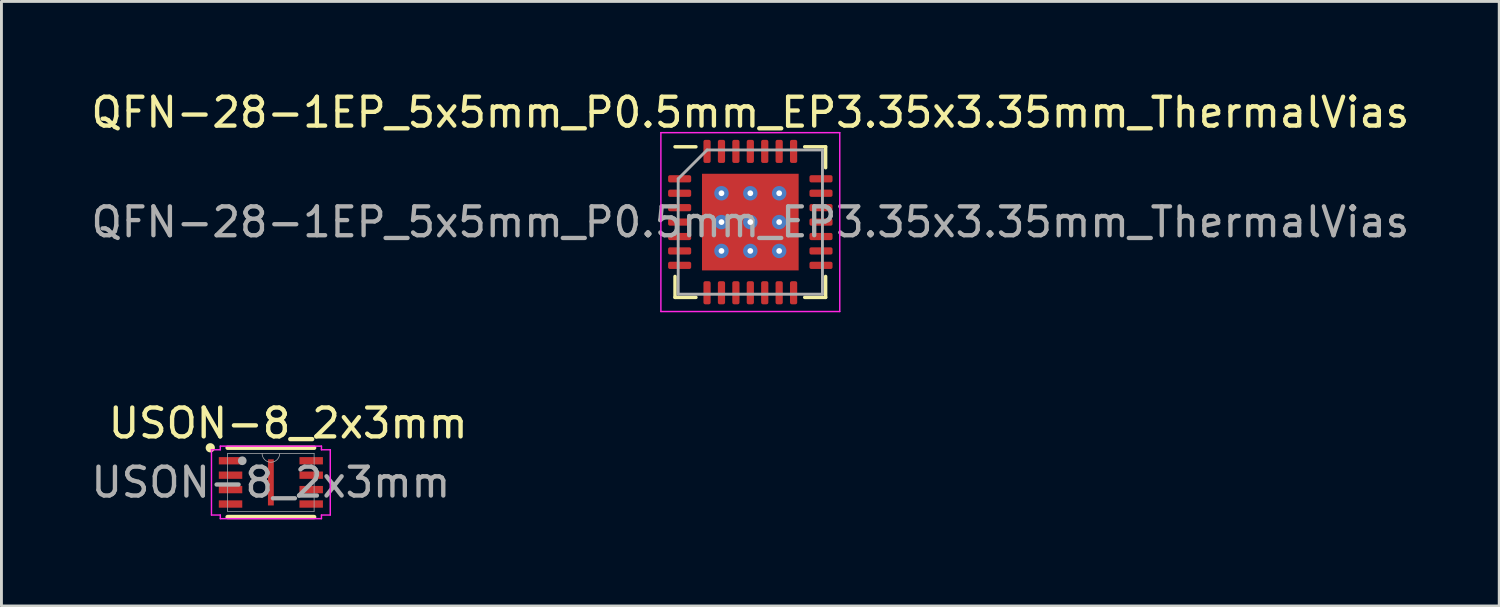
<source format=kicad_pcb>
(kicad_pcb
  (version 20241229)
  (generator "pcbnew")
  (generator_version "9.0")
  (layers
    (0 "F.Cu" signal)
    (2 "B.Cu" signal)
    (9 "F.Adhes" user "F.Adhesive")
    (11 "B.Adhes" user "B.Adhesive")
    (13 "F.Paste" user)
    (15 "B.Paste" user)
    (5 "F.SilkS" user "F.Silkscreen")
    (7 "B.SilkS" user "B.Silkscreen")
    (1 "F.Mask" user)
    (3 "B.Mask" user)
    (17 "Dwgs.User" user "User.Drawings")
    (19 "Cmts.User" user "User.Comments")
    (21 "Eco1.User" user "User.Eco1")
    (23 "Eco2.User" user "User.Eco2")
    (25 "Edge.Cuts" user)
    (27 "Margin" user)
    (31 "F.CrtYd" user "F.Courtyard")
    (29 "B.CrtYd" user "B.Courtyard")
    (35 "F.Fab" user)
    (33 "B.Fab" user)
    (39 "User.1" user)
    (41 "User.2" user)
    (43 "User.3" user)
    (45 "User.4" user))
  (footprint "USON-8_2x3mm"
    (layer "F.Cu")
    (at 6.339 13.671)
    (property "Reference" "USON-8_2x3mm" (at 0.6 -2.05 0) (unlocked yes) (layer "F.SilkS") (effects (font (size 1 1) (thickness 0.15))))
    (attr smd)
    (fp_line (start -1.5 1.2) (end 1.5 1.2) (stroke (width 0.152) (type solid)) (layer "F.SilkS"))
    (fp_line (start 1.5 -1.2) (end -1.5 -1.2) (stroke (width 0.152) (type solid)) (layer "F.SilkS"))
    (fp_circle (center -2.1 -1.2) (end -2 -1.2) (stroke (width 0.12) (type solid)) (fill yes) (layer "F.SilkS"))
    (fp_line (start -2.059 -1.131) (end -1.753 -1.131) (stroke (width 0.05) (type solid)) (layer "F.CrtYd"))
    (fp_line (start -2.059 1.131) (end -2.059 -1.131) (stroke (width 0.05) (type solid)) (layer "F.CrtYd"))
    (fp_line (start -2.059 1.131) (end -1.753 1.131) (stroke (width 0.05) (type solid)) (layer "F.CrtYd"))
    (fp_line (start -1.753 -1.257) (end 1.753 -1.257) (stroke (width 0.05) (type solid)) (layer "F.CrtYd"))
    (fp_line (start -1.753 -1.131) (end -1.753 -1.257) (stroke (width 0.05) (type solid)) (layer "F.CrtYd"))
    (fp_line (start -1.753 1.257) (end -1.753 1.131) (stroke (width 0.05) (type solid)) (layer "F.CrtYd"))
    (fp_line (start 1.753 -1.257) (end 1.753 -1.131) (stroke (width 0.05) (type solid)) (layer "F.CrtYd"))
    (fp_line (start 1.753 1.131) (end 1.753 1.257) (stroke (width 0.05) (type solid)) (layer "F.CrtYd"))
    (fp_line (start 1.753 1.257) (end -1.753 1.257) (stroke (width 0.05) (type solid)) (layer "F.CrtYd"))
    (fp_line (start 2.059 -1.131) (end 1.753 -1.131) (stroke (width 0.05) (type solid)) (layer "F.CrtYd"))
    (fp_line (start 2.059 -1.131) (end 2.059 1.131) (stroke (width 0.05) (type solid)) (layer "F.CrtYd"))
    (fp_line (start 2.059 1.131) (end 1.753 1.131) (stroke (width 0.05) (type solid)) (layer "F.CrtYd"))
    (fp_line (start -1.499 -1.003) (end -1.499 1.003) (stroke (width 0.025) (type solid)) (layer "F.Fab"))
    (fp_line (start -1.499 1.003) (end 1.499 1.003) (stroke (width 0.025) (type solid)) (layer "F.Fab"))
    (fp_line (start 1.499 -1.003) (end -1.499 -1.003) (stroke (width 0.025) (type solid)) (layer "F.Fab"))
    (fp_line (start 1.499 1.003) (end 1.499 -1.003) (stroke (width 0.025) (type solid)) (layer "F.Fab"))
    (fp_arc (start 0.3048 -1.0033) (mid 0 -0.6985) (end -0.3048 -1.0033) (stroke (width 0.0254) (type solid)) (layer "F.Fab"))
    (fp_circle (center -0.992 -0.75) (end -0.916 -0.75) (stroke (width 0.152) (type solid)) (fill no) (layer "F.Fab"))
    (fp_text user "${REFERENCE}" (at 0 0 0) (unlocked yes) (layer "F.Fab") (effects (font (size 1 1) (thickness 0.15))))
    (pad "1" smd rect (at -1.398 -0.75) (size 0.813 0.254) (layers "F.Cu" "F.Mask" "F.Paste"))
    (pad "2" smd rect (at -1.398 -0.25) (size 0.813 0.254) (layers "F.Cu" "F.Mask" "F.Paste"))
    (pad "3" smd rect (at -1.398 0.25) (size 0.813 0.254) (layers "F.Cu" "F.Mask" "F.Paste"))
    (pad "4" smd rect (at -1.398 0.75) (size 0.813 0.254) (layers "F.Cu" "F.Mask" "F.Paste"))
    (pad "5" smd rect (at 1.398 0.75) (size 0.813 0.254) (layers "F.Cu" "F.Mask" "F.Paste"))
    (pad "6" smd rect (at 1.398 0.25) (size 0.813 0.254) (layers "F.Cu" "F.Mask" "F.Paste"))
    (pad "7" smd rect (at 1.398 -0.25) (size 0.813 0.254) (layers "F.Cu" "F.Mask" "F.Paste"))
    (pad "8" smd rect (at 1.398 -0.75) (size 0.813 0.254) (layers "F.Cu" "F.Mask" "F.Paste"))
    (pad "9" smd rect (at 0 0) (size 0.203 1.6) (layers "F.Cu" "F.Mask" "F.Paste")))
  (footprint "QFN-28-1EP_5x5mm_P0.5mm_EP3.35x3.35mm_ThermalVias"
    (layer "F.Cu")
    (at 22.958 4.648)
    (property "Reference" "QFN-28-1EP_5x5mm_P0.5mm_EP3.35x3.35mm_ThermalVias" (at 0 -3.8 0) (layer "F.SilkS") (effects (font (size 1 1) (thickness 0.15))))
    (attr smd)
    (fp_line (start -2.61 2.61) (end -2.61 1.885) (stroke (width 0.12) (type solid)) (layer "F.SilkS"))
    (fp_line (start -1.885 -2.61) (end -2.61 -2.61) (stroke (width 0.12) (type solid)) (layer "F.SilkS"))
    (fp_line (start -1.885 2.61) (end -2.61 2.61) (stroke (width 0.12) (type solid)) (layer "F.SilkS"))
    (fp_line (start 1.885 -2.61) (end 2.61 -2.61) (stroke (width 0.12) (type solid)) (layer "F.SilkS"))
    (fp_line (start 1.885 2.61) (end 2.61 2.61) (stroke (width 0.12) (type solid)) (layer "F.SilkS"))
    (fp_line (start 2.61 -2.61) (end 2.61 -1.885) (stroke (width 0.12) (type solid)) (layer "F.SilkS"))
    (fp_line (start 2.61 2.61) (end 2.61 1.885) (stroke (width 0.12) (type solid)) (layer "F.SilkS"))
    (fp_line (start -3.1 -3.1) (end -3.1 3.1) (stroke (width 0.05) (type solid)) (layer "F.CrtYd"))
    (fp_line (start -3.1 3.1) (end 3.1 3.1) (stroke (width 0.05) (type solid)) (layer "F.CrtYd"))
    (fp_line (start 3.1 -3.1) (end -3.1 -3.1) (stroke (width 0.05) (type solid)) (layer "F.CrtYd"))
    (fp_line (start 3.1 3.1) (end 3.1 -3.1) (stroke (width 0.05) (type solid)) (layer "F.CrtYd"))
    (fp_line (start -2.5 -1.5) (end -1.5 -2.5) (stroke (width 0.1) (type solid)) (layer "F.Fab"))
    (fp_line (start -2.5 2.5) (end -2.5 -1.5) (stroke (width 0.1) (type solid)) (layer "F.Fab"))
    (fp_line (start -1.5 -2.5) (end 2.5 -2.5) (stroke (width 0.1) (type solid)) (layer "F.Fab"))
    (fp_line (start 2.5 -2.5) (end 2.5 2.5) (stroke (width 0.1) (type solid)) (layer "F.Fab"))
    (fp_line (start 2.5 2.5) (end -2.5 2.5) (stroke (width 0.1) (type solid)) (layer "F.Fab"))
    (fp_text user "${REFERENCE}" (at 0 0 0) (layer "F.Fab") (effects (font (size 1 1) (thickness 0.15))))
    (pad "" smd custom (at -1.337 -1.337) (size 0.437 0.437) (layers "F.Paste") (options (anchor circle)) (primitives (gr_poly (pts (xy 0.165 0.076) (xy 0.076 0.165) (xy -0.165 0.165) (xy -0.165 -0.165) (xy 0.165 -0.165)) (width 0.215) (fill yes))))
    (pad "" smd custom (at -1.337 -0.5) (size 0.459 0.459) (layers "F.Paste") (options (anchor circle)) (primitives (gr_poly (pts (xy 0.187 -0.247) (xy 0.187 0.247) (xy 0.116 0.318) (xy -0.187 0.318) (xy -0.187 -0.318) (xy 0.116 -0.318)) (width 0.17) (fill yes))))
    (pad "" smd custom (at -1.337 0.5) (size 0.459 0.459) (layers "F.Paste") (options (anchor circle)) (primitives (gr_poly (pts (xy 0.187 -0.247) (xy 0.187 0.247) (xy 0.116 0.318) (xy -0.187 0.318) (xy -0.187 -0.318) (xy 0.116 -0.318)) (width 0.17) (fill yes))))
    (pad "" smd custom (at -1.337 1.337) (size 0.437 0.437) (layers "F.Paste") (options (anchor circle)) (primitives (gr_poly (pts (xy 0.165 -0.076) (xy 0.165 0.165) (xy -0.165 0.165) (xy -0.165 -0.165) (xy 0.076 -0.165)) (width 0.215) (fill yes))))
    (pad "" smd custom (at -0.5 -1.337) (size 0.459 0.459) (layers "F.Paste") (options (anchor circle)) (primitives (gr_poly (pts (xy 0.318 0.116) (xy 0.247 0.187) (xy -0.247 0.187) (xy -0.318 0.116) (xy -0.318 -0.187) (xy 0.318 -0.187)) (width 0.17) (fill yes))))
    (pad "" smd roundrect (at -0.5 -0.5) (size 0.806 0.806) (layers "F.Paste") (roundrect_rratio 0.25))
    (pad "" smd roundrect (at -0.5 0.5) (size 0.806 0.806) (layers "F.Paste") (roundrect_rratio 0.25))
    (pad "" smd custom (at -0.5 1.337) (size 0.459 0.459) (layers "F.Paste") (options (anchor circle)) (primitives (gr_poly (pts (xy 0.318 -0.116) (xy 0.318 0.187) (xy -0.318 0.187) (xy -0.318 -0.116) (xy -0.247 -0.187) (xy 0.247 -0.187)) (width 0.17) (fill yes))))
    (pad "" smd custom (at 0.5 -1.337) (size 0.459 0.459) (layers "F.Paste") (options (anchor circle)) (primitives (gr_poly (pts (xy 0.318 0.116) (xy 0.247 0.187) (xy -0.247 0.187) (xy -0.318 0.116) (xy -0.318 -0.187) (xy 0.318 -0.187)) (width 0.17) (fill yes))))
    (pad "" smd roundrect (at 0.5 -0.5) (size 0.806 0.806) (layers "F.Paste") (roundrect_rratio 0.25))
    (pad "" smd roundrect (at 0.5 0.5) (size 0.806 0.806) (layers "F.Paste") (roundrect_rratio 0.25))
    (pad "" smd custom (at 0.5 1.337) (size 0.459 0.459) (layers "F.Paste") (options (anchor circle)) (primitives (gr_poly (pts (xy 0.318 -0.116) (xy 0.318 0.187) (xy -0.318 0.187) (xy -0.318 -0.116) (xy -0.247 -0.187) (xy 0.247 -0.187)) (width 0.17) (fill yes))))
    (pad "" smd custom (at 1.337 -1.337) (size 0.437 0.437) (layers "F.Paste") (options (anchor circle)) (primitives (gr_poly (pts (xy 0.165 0.165) (xy -0.076 0.165) (xy -0.165 0.076) (xy -0.165 -0.165) (xy 0.165 -0.165)) (width 0.215) (fill yes))))
    (pad "" smd custom (at 1.337 -0.5) (size 0.459 0.459) (layers "F.Paste") (options (anchor circle)) (primitives (gr_poly (pts (xy 0.187 0.318) (xy -0.116 0.318) (xy -0.187 0.247) (xy -0.187 -0.247) (xy -0.116 -0.318) (xy 0.187 -0.318)) (width 0.17) (fill yes))))
    (pad "" smd custom (at 1.337 0.5) (size 0.459 0.459) (layers "F.Paste") (options (anchor circle)) (primitives (gr_poly (pts (xy 0.187 0.318) (xy -0.116 0.318) (xy -0.187 0.247) (xy -0.187 -0.247) (xy -0.116 -0.318) (xy 0.187 -0.318)) (width 0.17) (fill yes))))
    (pad "" smd custom (at 1.337 1.337) (size 0.437 0.437) (layers "F.Paste") (options (anchor circle)) (primitives (gr_poly (pts (xy 0.165 0.165) (xy -0.165 0.165) (xy -0.165 -0.076) (xy -0.076 -0.165) (xy 0.165 -0.165)) (width 0.215) (fill yes))))
    (pad "1" smd roundrect (at -2.45 -1.5) (size 0.8 0.25) (layers "F.Cu" "F.Mask" "F.Paste") (roundrect_rratio 0.25))
    (pad "2" smd roundrect (at -2.45 -1) (size 0.8 0.25) (layers "F.Cu" "F.Mask" "F.Paste") (roundrect_rratio 0.25))
    (pad "3" smd roundrect (at -2.45 -0.5) (size 0.8 0.25) (layers "F.Cu" "F.Mask" "F.Paste") (roundrect_rratio 0.25))
    (pad "4" smd roundrect (at -2.45 0) (size 0.8 0.25) (layers "F.Cu" "F.Mask" "F.Paste") (roundrect_rratio 0.25))
    (pad "5" smd roundrect (at -2.45 0.5) (size 0.8 0.25) (layers "F.Cu" "F.Mask" "F.Paste") (roundrect_rratio 0.25))
    (pad "6" smd roundrect (at -2.45 1) (size 0.8 0.25) (layers "F.Cu" "F.Mask" "F.Paste") (roundrect_rratio 0.25))
    (pad "7" smd roundrect (at -2.45 1.5) (size 0.8 0.25) (layers "F.Cu" "F.Mask" "F.Paste") (roundrect_rratio 0.25))
    (pad "8" smd roundrect (at -1.5 2.45) (size 0.25 0.8) (layers "F.Cu" "F.Mask" "F.Paste") (roundrect_rratio 0.25))
    (pad "9" smd roundrect (at -1 2.45) (size 0.25 0.8) (layers "F.Cu" "F.Mask" "F.Paste") (roundrect_rratio 0.25))
    (pad "10" smd roundrect (at -0.5 2.45) (size 0.25 0.8) (layers "F.Cu" "F.Mask" "F.Paste") (roundrect_rratio 0.25))
    (pad "11" smd roundrect (at 0 2.45) (size 0.25 0.8) (layers "F.Cu" "F.Mask" "F.Paste") (roundrect_rratio 0.25))
    (pad "12" smd roundrect (at 0.5 2.45) (size 0.25 0.8) (layers "F.Cu" "F.Mask" "F.Paste") (roundrect_rratio 0.25))
    (pad "13" smd roundrect (at 1 2.45) (size 0.25 0.8) (layers "F.Cu" "F.Mask" "F.Paste") (roundrect_rratio 0.25))
    (pad "14" smd roundrect (at 1.5 2.45) (size 0.25 0.8) (layers "F.Cu" "F.Mask" "F.Paste") (roundrect_rratio 0.25))
    (pad "15" smd roundrect (at 2.45 1.5) (size 0.8 0.25) (layers "F.Cu" "F.Mask" "F.Paste") (roundrect_rratio 0.25))
    (pad "16" smd roundrect (at 2.45 1) (size 0.8 0.25) (layers "F.Cu" "F.Mask" "F.Paste") (roundrect_rratio 0.25))
    (pad "17" smd roundrect (at 2.45 0.5) (size 0.8 0.25) (layers "F.Cu" "F.Mask" "F.Paste") (roundrect_rratio 0.25))
    (pad "18" smd roundrect (at 2.45 0) (size 0.8 0.25) (layers "F.Cu" "F.Mask" "F.Paste") (roundrect_rratio 0.25))
    (pad "19" smd roundrect (at 2.45 -0.5) (size 0.8 0.25) (layers "F.Cu" "F.Mask" "F.Paste") (roundrect_rratio 0.25))
    (pad "20" smd roundrect (at 2.45 -1) (size 0.8 0.25) (layers "F.Cu" "F.Mask" "F.Paste") (roundrect_rratio 0.25))
    (pad "21" smd roundrect (at 2.45 -1.5) (size 0.8 0.25) (layers "F.Cu" "F.Mask" "F.Paste") (roundrect_rratio 0.25))
    (pad "22" smd roundrect (at 1.5 -2.45) (size 0.25 0.8) (layers "F.Cu" "F.Mask" "F.Paste") (roundrect_rratio 0.25))
    (pad "23" smd roundrect (at 1 -2.45) (size 0.25 0.8) (layers "F.Cu" "F.Mask" "F.Paste") (roundrect_rratio 0.25))
    (pad "24" smd roundrect (at 0.5 -2.45) (size 0.25 0.8) (layers "F.Cu" "F.Mask" "F.Paste") (roundrect_rratio 0.25))
    (pad "25" smd roundrect (at 0 -2.45) (size 0.25 0.8) (layers "F.Cu" "F.Mask" "F.Paste") (roundrect_rratio 0.25))
    (pad "26" smd roundrect (at -0.5 -2.45) (size 0.25 0.8) (layers "F.Cu" "F.Mask" "F.Paste") (roundrect_rratio 0.25))
    (pad "27" smd roundrect (at -1 -2.45) (size 0.25 0.8) (layers "F.Cu" "F.Mask" "F.Paste") (roundrect_rratio 0.25))
    (pad "28" smd roundrect (at -1.5 -2.45) (size 0.25 0.8) (layers "F.Cu" "F.Mask" "F.Paste") (roundrect_rratio 0.25))
    (pad "29" thru_hole circle (at -1 -1) (size 0.5 0.5) (drill 0.2) (layers "*.Cu"))
    (pad "29" thru_hole circle (at -1 0) (size 0.5 0.5) (drill 0.2) (layers "*.Cu"))
    (pad "29" thru_hole circle (at -1 1) (size 0.5 0.5) (drill 0.2) (layers "*.Cu"))
    (pad "29" thru_hole circle (at 0 -1) (size 0.5 0.5) (drill 0.2) (layers "*.Cu"))
    (pad "29" thru_hole circle (at 0 0) (size 0.5 0.5) (drill 0.2) (layers "*.Cu"))
    (pad "29" smd rect (at 0 0) (size 3.35 3.35) (layers "F.Cu" "F.Mask"))
    (pad "29" thru_hole circle (at 0 1) (size 0.5 0.5) (drill 0.2) (layers "*.Cu"))
    (pad "29" thru_hole circle (at 1 -1) (size 0.5 0.5) (drill 0.2) (layers "*.Cu"))
    (pad "29" thru_hole circle (at 1 0) (size 0.5 0.5) (drill 0.2) (layers "*.Cu"))
    (pad "29" thru_hole circle (at 1 1) (size 0.5 0.5) (drill 0.2) (layers "*.Cu")))
  (gr_rect
    (start -3 -3)
    (end 48.917 17.954)
    (stroke (width 0.1) (type default))
    (fill no)
    (layer "Edge.Cuts")))
</source>
